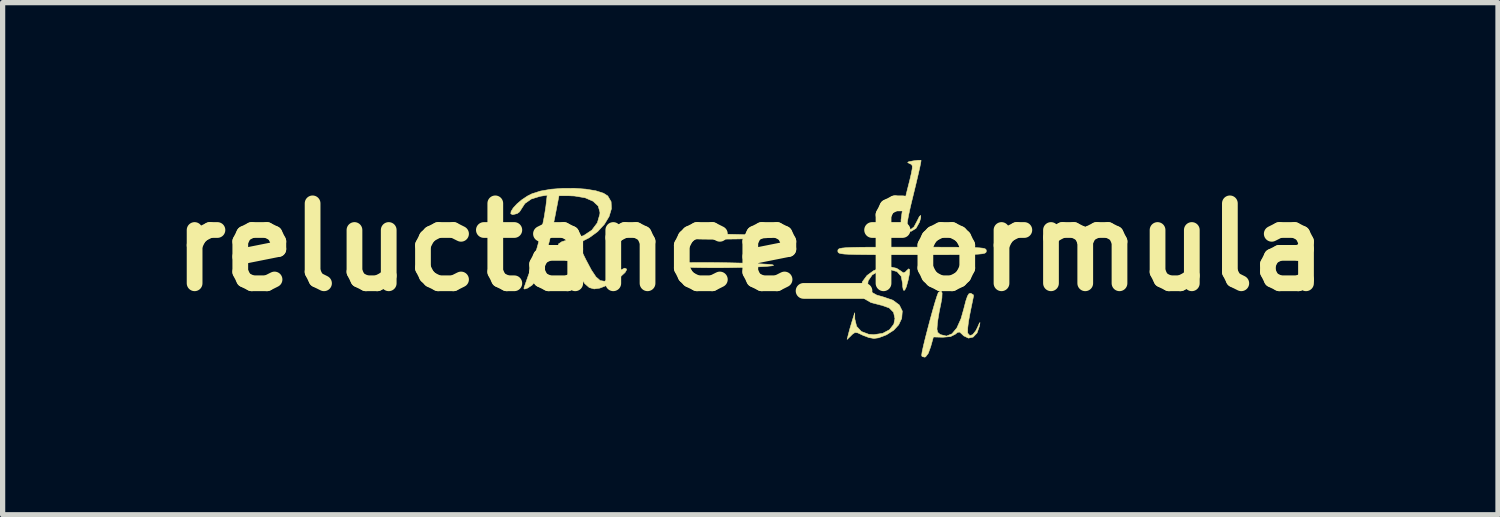
<source format=kicad_pcb>
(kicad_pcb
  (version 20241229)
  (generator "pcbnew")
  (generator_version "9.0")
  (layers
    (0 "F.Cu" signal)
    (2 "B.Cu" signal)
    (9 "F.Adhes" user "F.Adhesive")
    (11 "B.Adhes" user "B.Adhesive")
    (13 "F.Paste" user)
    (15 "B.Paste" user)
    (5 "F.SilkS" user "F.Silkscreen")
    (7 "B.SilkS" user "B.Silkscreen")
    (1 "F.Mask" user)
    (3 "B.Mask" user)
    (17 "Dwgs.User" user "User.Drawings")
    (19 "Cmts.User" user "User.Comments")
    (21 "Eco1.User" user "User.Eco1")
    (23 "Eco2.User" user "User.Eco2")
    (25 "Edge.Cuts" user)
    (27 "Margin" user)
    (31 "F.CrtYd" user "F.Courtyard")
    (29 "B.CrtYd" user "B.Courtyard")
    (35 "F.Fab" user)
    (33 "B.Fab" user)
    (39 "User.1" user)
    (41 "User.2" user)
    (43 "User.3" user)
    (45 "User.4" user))
  (footprint "reluctance_formula"
    (layer "F.Cu")
    (at 11.256 1.662)
    (property "Reference" "reluctance_formula" (at 0 0 0) (layer "F.SilkS") (effects (font (size 1.524 1.524) (thickness 0.3))))
    (attr through_hole)
    (fp_poly (pts (xy -0.822 -0.251) (xy -0.612 -0.249) (xy -0.393 -0.245) (xy -0.177 -0.24) (xy 0.024 -0.233) (xy 0.199 -0.226) (xy 0.335 -0.217) (xy 0.42 -0.208) (xy 0.445 -0.2) (xy 0.407 -0.188) (xy 0.309 -0.177) (xy 0.163 -0.168) (xy -0.02 -0.161) (xy -0.228 -0.156) (xy -0.448 -0.153) (xy -0.669 -0.151) (xy -0.878 -0.152) (xy -1.064 -0.156) (xy -1.214 -0.161) (xy -1.317 -0.17) (xy -1.36 -0.181) (xy -1.36 -0.181) (xy -1.355 -0.224) (xy -1.335 -0.237) (xy -1.279 -0.244) (xy -1.167 -0.249) (xy -1.011 -0.251) (xy -0.822 -0.251)) (stroke (width 0.01) (type solid)) (fill yes) (layer "F.SilkS"))
    (fp_poly (pts (xy -0.822 0.293) (xy -0.612 0.295) (xy -0.393 0.299) (xy -0.177 0.304) (xy 0.024 0.311) (xy 0.199 0.319) (xy 0.335 0.327) (xy 0.42 0.336) (xy 0.445 0.345) (xy 0.407 0.357) (xy 0.309 0.367) (xy 0.163 0.376) (xy -0.02 0.383) (xy -0.228 0.388) (xy -0.448 0.392) (xy -0.669 0.393) (xy -0.878 0.392) (xy -1.064 0.389) (xy -1.214 0.383) (xy -1.317 0.375) (xy -1.36 0.364) (xy -1.36 0.363) (xy -1.355 0.32) (xy -1.335 0.307) (xy -1.279 0.3) (xy -1.167 0.295) (xy -1.011 0.293) (xy -0.822 0.293)) (stroke (width 0.01) (type solid)) (fill yes) (layer "F.SilkS"))
    (fp_poly (pts (xy 3.256 -1.655) (xy 3.251 -1.618) (xy 3.232 -1.521) (xy 3.199 -1.378) (xy 3.157 -1.199) (xy 3.114 -1.022) (xy 3.055 -0.78) (xy 3.016 -0.6) (xy 2.994 -0.475) (xy 2.989 -0.397) (xy 3 -0.36) (xy 3.001 -0.36) (xy 3.06 -0.337) (xy 3.122 -0.387) (xy 3.181 -0.498) (xy 3.225 -0.586) (xy 3.25 -0.604) (xy 3.249 -0.558) (xy 3.226 -0.477) (xy 3.159 -0.358) (xy 3.068 -0.302) (xy 2.962 -0.314) (xy 2.93 -0.329) (xy 2.893 -0.366) (xy 2.874 -0.426) (xy 2.874 -0.521) (xy 2.893 -0.658) (xy 2.933 -0.847) (xy 2.991 -1.082) (xy 3.04 -1.275) (xy 3.071 -1.408) (xy 3.087 -1.495) (xy 3.089 -1.546) (xy 3.076 -1.573) (xy 3.051 -1.588) (xy 3.038 -1.593) (xy 3 -1.613) (xy 3.02 -1.628) (xy 3.103 -1.644) (xy 3.195 -1.656) (xy 3.25 -1.657) (xy 3.256 -1.655)) (stroke (width 0.01) (type solid)) (fill yes) (layer "F.SilkS"))
    (fp_poly (pts (xy 3.442 0.00009) (xy 3.733 0.001) (xy 3.966 0.002) (xy 4.145 0.004) (xy 4.28 0.008) (xy 4.375 0.014) (xy 4.437 0.021) (xy 4.475 0.031) (xy 4.493 0.044) (xy 4.499 0.061) (xy 4.499 0.073) (xy 4.498 0.091) (xy 4.488 0.106) (xy 4.463 0.118) (xy 4.418 0.127) (xy 4.344 0.134) (xy 4.235 0.139) (xy 4.085 0.142) (xy 3.886 0.144) (xy 3.633 0.145) (xy 3.318 0.145) (xy 3.084 0.145) (xy 2.727 0.145) (xy 2.435 0.145) (xy 2.203 0.143) (xy 2.023 0.141) (xy 1.889 0.137) (xy 1.794 0.132) (xy 1.731 0.124) (xy 1.694 0.114) (xy 1.676 0.101) (xy 1.67 0.085) (xy 1.669 0.073) (xy 1.671 0.054) (xy 1.681 0.039) (xy 1.705 0.027) (xy 1.751 0.018) (xy 1.825 0.011) (xy 1.934 0.006) (xy 2.084 0.003) (xy 2.283 0.001) (xy 2.536 0.000336) (xy 2.851 0.000027) (xy 3.084 0) (xy 3.442 0.00009)) (stroke (width 0.01) (type solid)) (fill yes) (layer "F.SilkS"))
    (fp_poly (pts (xy 3.657 0.874) (xy 3.653 0.972) (xy 3.633 1.081) (xy 3.602 1.232) (xy 3.576 1.387) (xy 3.567 1.457) (xy 3.559 1.564) (xy 3.573 1.625) (xy 3.616 1.662) (xy 3.626 1.668) (xy 3.74 1.696) (xy 3.845 1.653) (xy 3.938 1.542) (xy 4.018 1.363) (xy 4.069 1.182) (xy 4.109 1.027) (xy 4.141 0.933) (xy 4.17 0.888) (xy 4.203 0.88) (xy 4.204 0.88) (xy 4.252 0.909) (xy 4.257 0.93) (xy 4.247 0.98) (xy 4.226 1.082) (xy 4.198 1.218) (xy 4.187 1.274) (xy 4.16 1.421) (xy 4.145 1.546) (xy 4.144 1.628) (xy 4.147 1.643) (xy 4.187 1.687) (xy 4.241 1.668) (xy 4.301 1.592) (xy 4.332 1.531) (xy 4.367 1.452) (xy 4.379 1.437) (xy 4.373 1.483) (xy 4.369 1.506) (xy 4.323 1.637) (xy 4.249 1.715) (xy 4.16 1.735) (xy 4.068 1.691) (xy 4.046 1.669) (xy 3.993 1.62) (xy 3.952 1.624) (xy 3.909 1.66) (xy 3.817 1.706) (xy 3.674 1.718) (xy 3.665 1.718) (xy 3.491 1.713) (xy 3.439 1.9) (xy 3.393 2.025) (xy 3.343 2.091) (xy 3.326 2.098) (xy 3.276 2.086) (xy 3.267 2.062) (xy 3.276 1.997) (xy 3.301 1.882) (xy 3.338 1.73) (xy 3.383 1.556) (xy 3.431 1.374) (xy 3.479 1.2) (xy 3.523 1.048) (xy 3.56 0.932) (xy 3.584 0.868) (xy 3.589 0.86) (xy 3.635 0.835) (xy 3.657 0.874)) (stroke (width 0.01) (type solid)) (fill yes) (layer "F.SilkS"))
    (fp_poly (pts (xy 2.789 0.403) (xy 2.866 0.453) (xy 2.919 0.491) (xy 2.957 0.474) (xy 2.975 0.454) (xy 3.02 0.413) (xy 3.039 0.431) (xy 3.033 0.512) (xy 3.009 0.632) (xy 2.974 0.759) (xy 2.943 0.822) (xy 2.918 0.82) (xy 2.905 0.751) (xy 2.903 0.695) (xy 2.877 0.556) (xy 2.798 0.467) (xy 2.667 0.428) (xy 2.615 0.426) (xy 2.452 0.453) (xy 2.324 0.53) (xy 2.247 0.642) (xy 2.234 0.754) (xy 2.288 0.845) (xy 2.41 0.914) (xy 2.53 0.948) (xy 2.718 1.012) (xy 2.841 1.103) (xy 2.898 1.219) (xy 2.887 1.358) (xy 2.829 1.481) (xy 2.734 1.584) (xy 2.596 1.672) (xy 2.446 1.729) (xy 2.357 1.741) (xy 2.264 1.725) (xy 2.154 1.684) (xy 2.133 1.674) (xy 2.047 1.634) (xy 1.996 1.628) (xy 1.95 1.658) (xy 1.924 1.684) (xy 1.846 1.76) (xy 1.871 1.658) (xy 1.898 1.556) (xy 1.935 1.432) (xy 1.943 1.404) (xy 1.991 1.252) (xy 1.993 1.371) (xy 2.027 1.511) (xy 2.118 1.609) (xy 2.259 1.662) (xy 2.354 1.669) (xy 2.524 1.644) (xy 2.654 1.575) (xy 2.736 1.47) (xy 2.758 1.363) (xy 2.731 1.242) (xy 2.648 1.159) (xy 2.504 1.108) (xy 2.486 1.105) (xy 2.302 1.057) (xy 2.181 0.987) (xy 2.118 0.89) (xy 2.105 0.794) (xy 2.138 0.658) (xy 2.225 0.541) (xy 2.351 0.449) (xy 2.498 0.39) (xy 2.65 0.373) (xy 2.789 0.403)) (stroke (width 0.01) (type solid)) (fill yes) (layer "F.SilkS"))
    (fp_poly (pts (xy -3.137 -1.106) (xy -2.947 -1.075) (xy -2.799 -1.028) (xy -2.718 -0.976) (xy -2.654 -0.866) (xy -2.648 -0.732) (xy -2.692 -0.585) (xy -2.782 -0.436) (xy -2.91 -0.297) (xy -3.072 -0.179) (xy -3.179 -0.125) (xy -3.291 -0.076) (xy -3.133 0.243) (xy -3.03 0.437) (xy -2.943 0.567) (xy -2.863 0.637) (xy -2.782 0.651) (xy -2.691 0.614) (xy -2.584 0.528) (xy -2.581 0.526) (xy -2.472 0.438) (xy -2.397 0.401) (xy -2.361 0.416) (xy -2.359 0.432) (xy -2.387 0.482) (xy -2.462 0.552) (xy -2.565 0.629) (xy -2.678 0.699) (xy -2.74 0.731) (xy -2.871 0.782) (xy -2.978 0.797) (xy -3.07 0.771) (xy -3.156 0.696) (xy -3.247 0.567) (xy -3.352 0.377) (xy -3.373 0.337) (xy -3.452 0.196) (xy -3.525 0.087) (xy -3.581 0.025) (xy -3.596 0.017) (xy -3.659 -0.019) (xy -3.658 -0.06) (xy -3.596 -0.102) (xy -3.482 -0.139) (xy -3.376 -0.16) (xy -3.179 -0.219) (xy -3.022 -0.323) (xy -2.916 -0.464) (xy -2.868 -0.631) (xy -2.867 -0.668) (xy -2.9 -0.783) (xy -2.997 -0.875) (xy -3.149 -0.941) (xy -3.35 -0.975) (xy -3.466 -0.98) (xy -3.648 -0.98) (xy -3.729 -0.56) (xy -3.785 -0.295) (xy -3.851 -0.039) (xy -3.923 0.2) (xy -3.995 0.408) (xy -4.066 0.575) (xy -4.13 0.688) (xy -4.164 0.727) (xy -4.245 0.78) (xy -4.302 0.8) (xy -4.318 0.787) (xy -4.306 0.75) (xy -4.275 0.662) (xy -4.231 0.536) (xy -4.206 0.47) (xy -4.127 0.23) (xy -4.05 -0.043) (xy -3.981 -0.323) (xy -3.928 -0.584) (xy -3.898 -0.777) (xy -3.873 -0.991) (xy -4.009 -0.969) (xy -4.175 -0.918) (xy -4.297 -0.833) (xy -4.353 -0.747) (xy -4.401 -0.672) (xy -4.445 -0.64) (xy -4.53 -0.619) (xy -4.567 -0.636) (xy -4.561 -0.681) (xy -4.52 -0.747) (xy -4.449 -0.824) (xy -4.357 -0.902) (xy -4.249 -0.974) (xy -4.164 -1.017) (xy -4.001 -1.069) (xy -3.8 -1.104) (xy -3.579 -1.121) (xy -3.353 -1.122) (xy -3.137 -1.106)) (stroke (width 0.01) (type solid)) (fill yes) (layer "F.SilkS")))
  (gr_rect
    (start -3 -3)
    (end 25.512 6.765)
    (stroke (width 0.1) (type default))
    (fill no)
    (layer "Edge.Cuts")))
</source>
